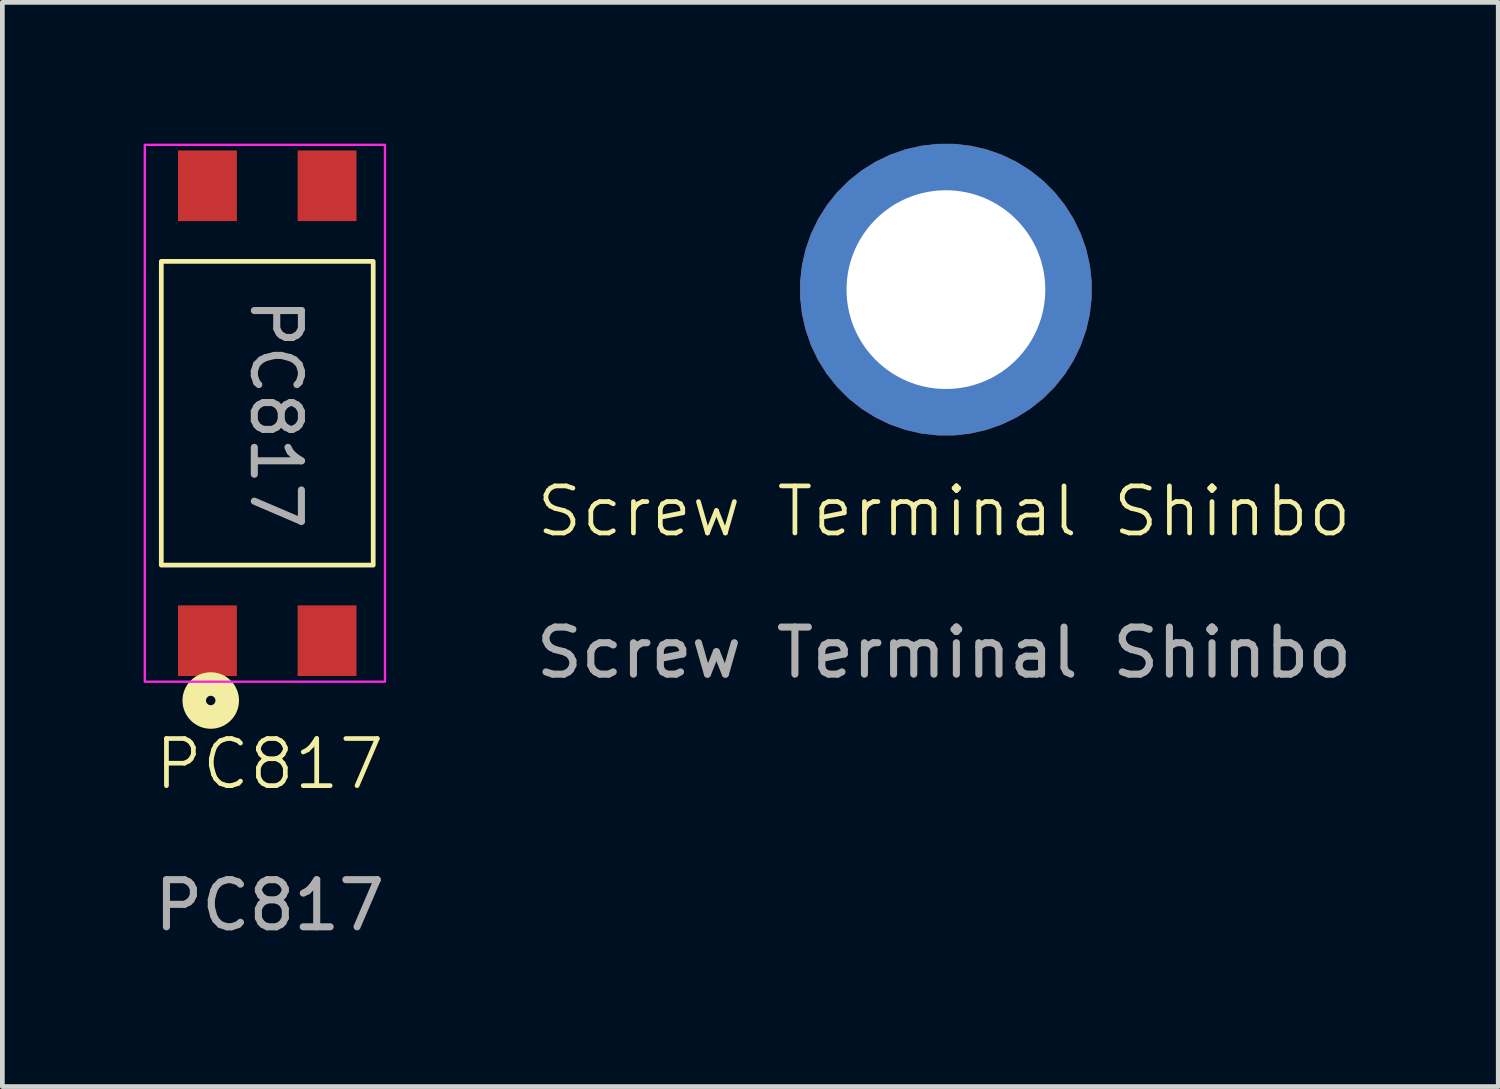
<source format=kicad_pcb>
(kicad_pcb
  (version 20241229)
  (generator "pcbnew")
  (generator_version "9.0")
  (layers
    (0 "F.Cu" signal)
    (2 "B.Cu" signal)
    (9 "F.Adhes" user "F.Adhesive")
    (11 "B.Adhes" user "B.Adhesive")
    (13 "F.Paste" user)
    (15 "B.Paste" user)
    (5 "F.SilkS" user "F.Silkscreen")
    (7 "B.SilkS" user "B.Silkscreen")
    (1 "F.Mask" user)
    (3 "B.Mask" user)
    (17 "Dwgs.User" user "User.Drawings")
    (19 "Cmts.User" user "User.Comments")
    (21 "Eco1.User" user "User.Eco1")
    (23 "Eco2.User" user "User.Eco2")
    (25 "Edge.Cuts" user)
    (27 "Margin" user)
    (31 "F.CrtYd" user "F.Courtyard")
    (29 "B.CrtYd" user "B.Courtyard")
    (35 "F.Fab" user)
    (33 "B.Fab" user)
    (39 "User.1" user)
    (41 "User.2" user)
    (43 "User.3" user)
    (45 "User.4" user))
  (footprint "Screw Terminal Shinbo"
    (layer "F.Cu")
    (at 16.996 8.31)
    (property "Reference" "Screw Terminal Shinbo" (at 0 -0.5 0) (unlocked yes) (layer "F.SilkS") (effects (font (size 1 1) (thickness 0.1))))
    (attr smd)
    (fp_text user "${REFERENCE}" (at 0 2.5 0) (unlocked yes) (layer "F.Fab") (effects (font (size 1 1) (thickness 0.15))))
    (pad "" np_thru_hole custom (at 0.04 -5.21 270) (size 6.2 6.2) (drill 4.22) (layers "*.Cu" "*.Mask") (options (anchor circle)) (primitives)))
  (footprint "PC817"
    (layer "F.Cu")
    (at 1.355 10.555)
    (property "Reference" "PC817" (at 1.32 2.62 0) (unlocked yes) (layer "F.SilkS") (effects (font (size 1 1) (thickness 0.1))))
    (attr smd)
    (fp_rect (start -0.98 -8.055) (end 3.52 -1.605) (stroke (width 0.1) (type default)) (fill no) (layer "F.SilkS"))
    (fp_circle (center 0.07 1.27) (end 0.17 1.27) (stroke (width 0.5) (type default)) (fill no) (layer "F.SilkS"))
    (fp_rect (start -1.33 -10.53) (end 3.77 0.87) (stroke (width 0.05) (type default)) (fill no) (layer "F.CrtYd"))
    (fp_text user "${REFERENCE}" (at 1.32 5.62 0) (unlocked yes) (layer "F.Fab") (effects (font (size 1 1) (thickness 0.15))))
    (fp_text user "${REFERENCE}" (at 1.45 -4.82 270) (unlocked yes) (layer "F.Fab") (effects (font (size 1 1) (thickness 0.15))))
    (pad "1" smd rect (at 0 0 270) (size 1.5 1.25) (layers "F.Cu" "F.Mask" "F.Paste"))
    (pad "2" smd rect (at 2.54 0 270) (size 1.5 1.25) (layers "F.Cu" "F.Mask" "F.Paste"))
    (pad "3" smd rect (at 2.54 -9.66 270) (size 1.5 1.25) (layers "F.Cu" "F.Mask" "F.Paste"))
    (pad "4" smd rect (at 0 -9.66 270) (size 1.5 1.25) (layers "F.Cu" "F.Mask" "F.Paste")))
  (gr_rect
    (start -3 -3)
    (end 28.764 20.023)
    (stroke (width 0.1) (type default))
    (fill no)
    (layer "Edge.Cuts")))
</source>
